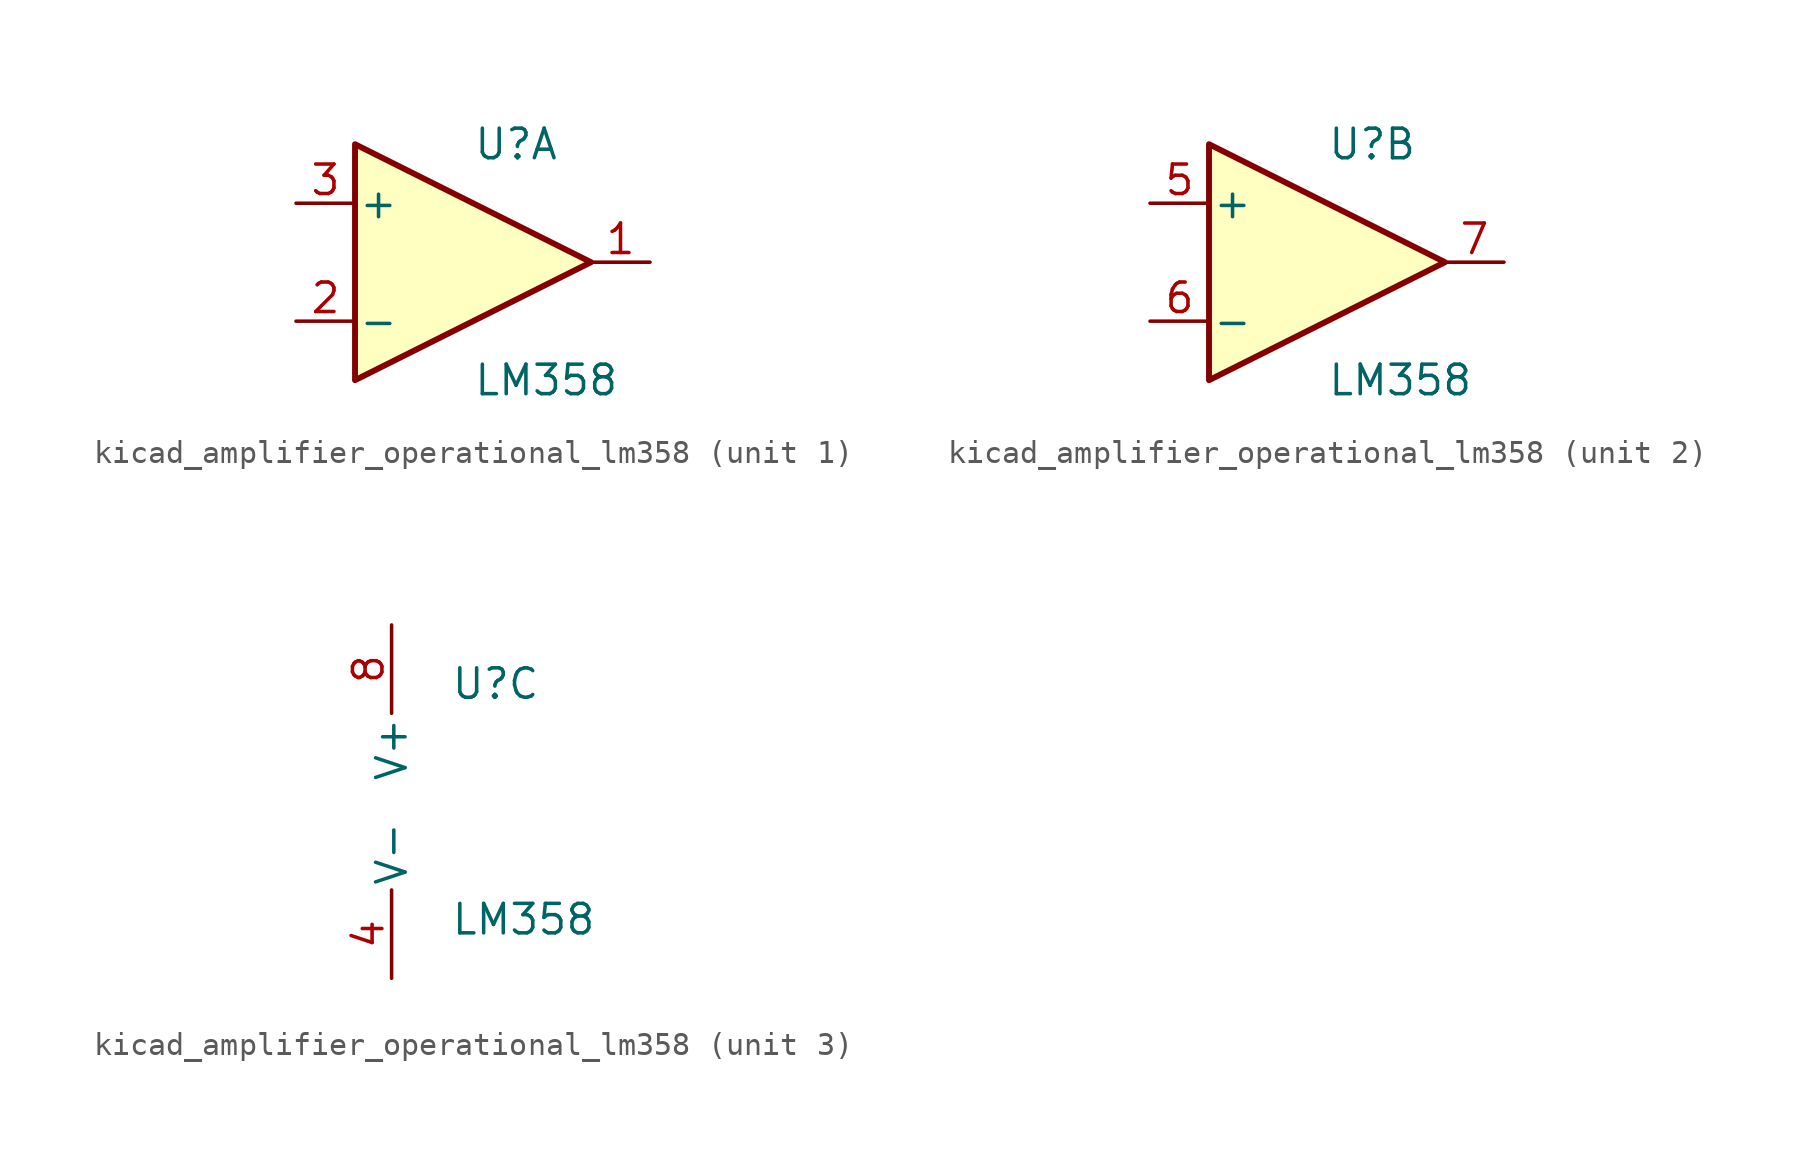
<source format=kicad_sym>
(kicad_symbol_lib
  (version 20220914)
  (generator kicad_symbol_editor)
  (symbol "kicad_amplifier_operational_lm358"
    (pin_names
      (offset 0.127))
    (property "Reference" "U"
      (at 0 5.08 0)
      (effects (font (size 1.27 1.27)) (justify left)))
    (property "Value" "LM358"
      (at 0 -5.08 0)
      (effects (font (size 1.27 1.27)) (justify left)))
    (property "ki_locked" ""
      (at 0 0 0)
      (effects (font (size 1.27 1.27))))
    (symbol "kicad_amplifier_operational_lm358_1_1"
      (polyline (pts (xy -5.08 5.08) (xy 5.08 0) (xy -5.08 -5.08) (xy -5.08 5.08)) (stroke (width 0.254) (type default)) (fill (type background)))
      (pin output line (at 7.62 0 180) (length 2.54) (name "~" (effects (font (size 1.27 1.27)))) (number "1" (effects (font (size 1.27 1.27)))))
      (pin input line (at -7.62 -2.54 0) (length 2.54) (name "-" (effects (font (size 1.27 1.27)))) (number "2" (effects (font (size 1.27 1.27)))))
      (pin input line (at -7.62 2.54 0) (length 2.54) (name "+" (effects (font (size 1.27 1.27)))) (number "3" (effects (font (size 1.27 1.27))))))
    (symbol "kicad_amplifier_operational_lm358_2_1"
      (polyline (pts (xy -5.08 5.08) (xy 5.08 0) (xy -5.08 -5.08) (xy -5.08 5.08)) (stroke (width 0.254) (type default)) (fill (type background)))
      (pin input line (at -7.62 2.54 0) (length 2.54) (name "+" (effects (font (size 1.27 1.27)))) (number "5" (effects (font (size 1.27 1.27)))))
      (pin input line (at -7.62 -2.54 0) (length 2.54) (name "-" (effects (font (size 1.27 1.27)))) (number "6" (effects (font (size 1.27 1.27)))))
      (pin output line (at 7.62 0 180) (length 2.54) (name "~" (effects (font (size 1.27 1.27)))) (number "7" (effects (font (size 1.27 1.27))))))
    (symbol "kicad_amplifier_operational_lm358_3_1"
      (pin power_in line (at -2.54 -7.62 90) (length 3.81) (name "V-" (effects (font (size 1.27 1.27)))) (number "4" (effects (font (size 1.27 1.27)))))
      (pin power_in line (at -2.54 7.62 270) (length 3.81) (name "V+" (effects (font (size 1.27 1.27)))) (number "8" (effects (font (size 1.27 1.27))))))))
</source>
